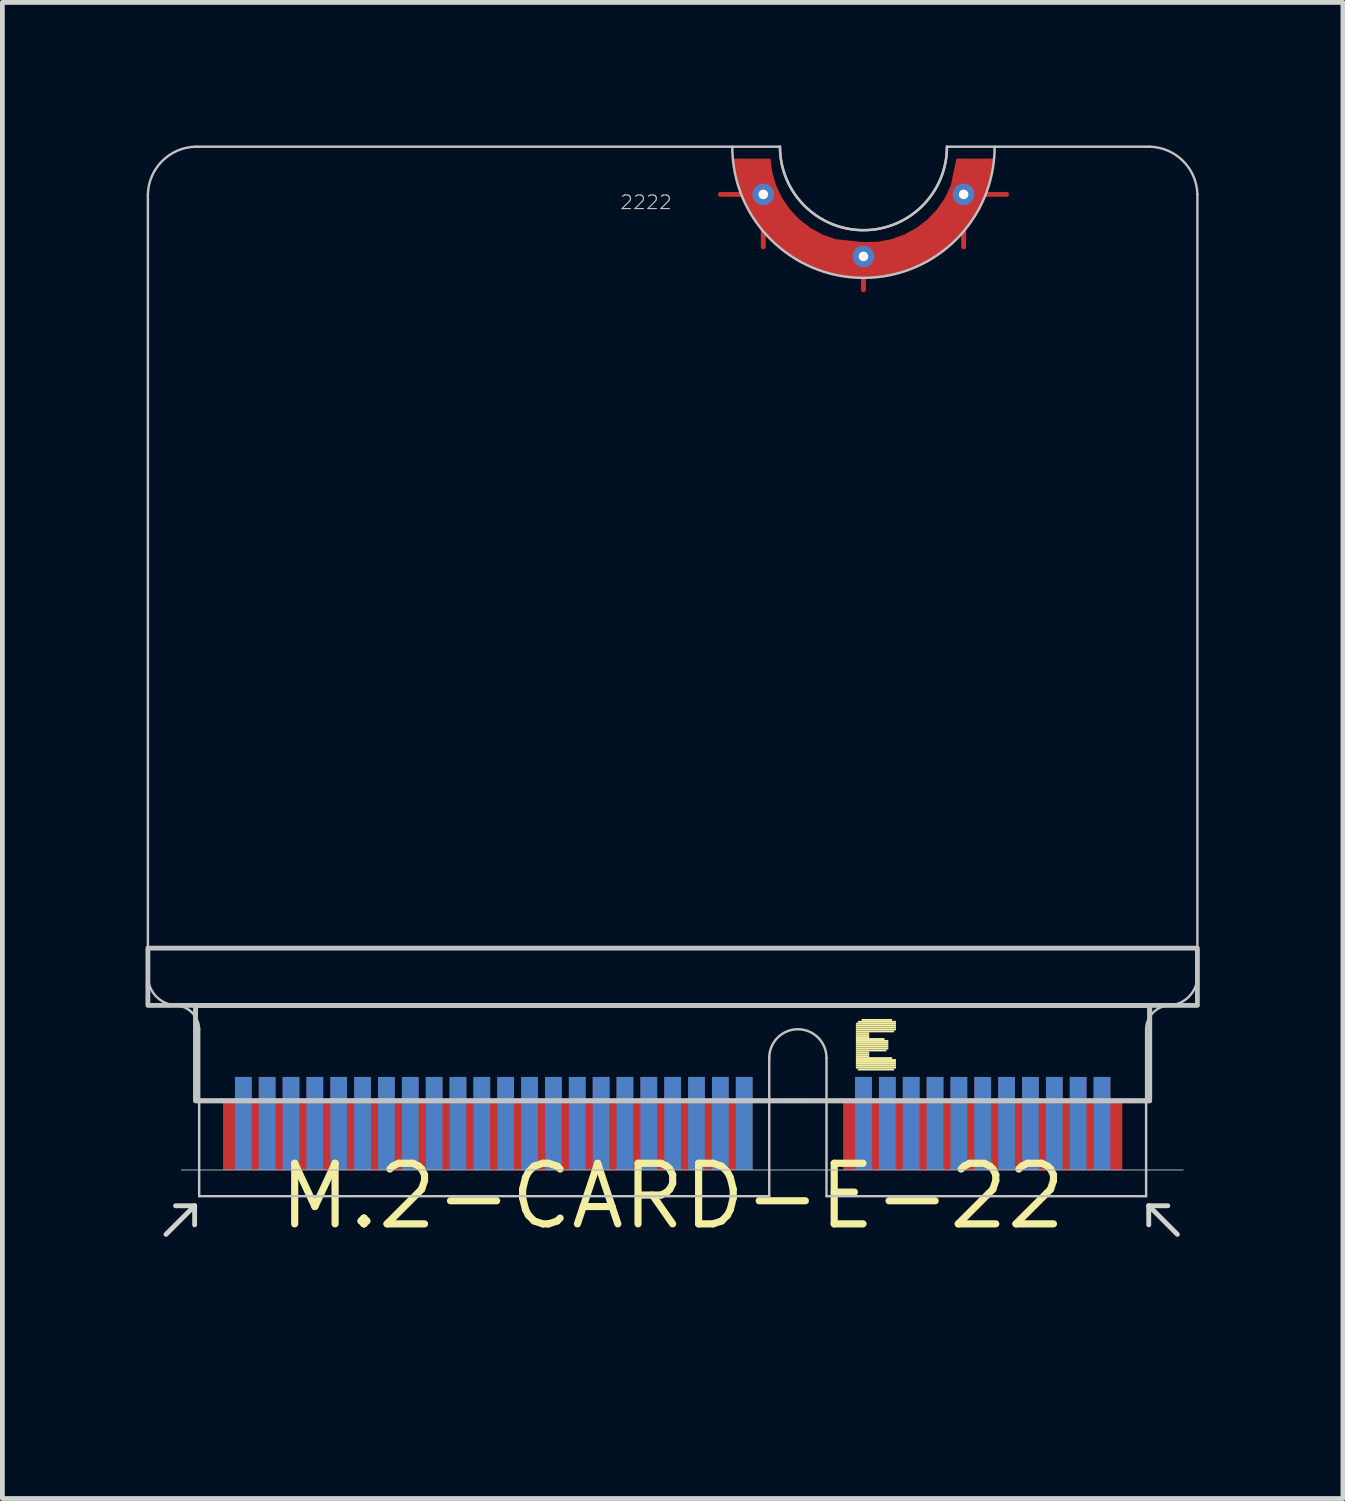
<source format=kicad_pcb>
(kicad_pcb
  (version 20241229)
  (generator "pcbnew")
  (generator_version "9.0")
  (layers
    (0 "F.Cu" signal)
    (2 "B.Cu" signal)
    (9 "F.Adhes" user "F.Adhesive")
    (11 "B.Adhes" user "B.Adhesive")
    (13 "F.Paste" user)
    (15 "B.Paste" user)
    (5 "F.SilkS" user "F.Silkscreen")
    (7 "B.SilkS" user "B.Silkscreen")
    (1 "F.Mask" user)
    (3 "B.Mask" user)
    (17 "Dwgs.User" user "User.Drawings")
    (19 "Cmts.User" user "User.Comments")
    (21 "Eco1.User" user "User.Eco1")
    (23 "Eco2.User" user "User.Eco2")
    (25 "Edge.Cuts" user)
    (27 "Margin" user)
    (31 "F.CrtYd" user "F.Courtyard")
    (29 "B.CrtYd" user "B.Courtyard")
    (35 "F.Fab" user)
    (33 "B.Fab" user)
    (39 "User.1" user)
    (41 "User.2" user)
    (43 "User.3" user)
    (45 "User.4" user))
  (footprint "M.2-CARD-E-22"
    (layer "F.Cu")
    (at 11.05 22.025)
    (property "Reference" "M.2-CARD-E-22" (at 0 0 0) (layer "F.SilkS") (effects (font (size 1.27 1.27) (thickness 0.15))))
    (attr through_hole)
    (fp_line (start 1.9 -21) (end 1 -21) (stroke (width 0.102) (type solid)) (layer "F.Cu"))
    (fp_line (start 1.9 -21) (end 1.9 -19.9) (stroke (width 0.102) (type solid)) (layer "F.Cu"))
    (fp_line (start 4 -19.7) (end 4 -19) (stroke (width 0.102) (type solid)) (layer "F.Cu"))
    (fp_line (start 6.1 -21) (end 6.1 -19.9) (stroke (width 0.102) (type solid)) (layer "F.Cu"))
    (fp_line (start 6.1 -21) (end 7 -21) (stroke (width 0.102) (type solid)) (layer "F.Cu"))
    (fp_poly (pts (xy 1.25 -21.75) (xy 2.05 -21.75) (xy 2.088 -21.462) (xy 2.171 -21.183) (xy 2.297 -20.921) (xy 2.462 -20.682) (xy 2.663 -20.471) (xy 2.893 -20.295) (xy 3.149 -20.156) (xy 3.423 -20.06) (xy 4 -20) (xy 4.291 -20.007) (xy 4.577 -20.06) (xy 4.851 -20.156) (xy 5.107 -20.295) (xy 5.337 -20.471) (xy 5.538 -20.682) (xy 5.703 -20.921) (xy 5.829 -21.183) (xy 5.95 -21.75) (xy 6.75 -21.75) (xy 6.687 -21.386) (xy 6.576 -21.034) (xy 6.42 -20.699) (xy 6.222 -20.388) (xy 5.983 -20.105) (xy 5.71 -19.857) (xy 5.406 -19.647) (xy 5.078 -19.478) (xy 4.73 -19.355) (xy 4.368 -19.278) (xy 4 -19.25) (xy 3.631 -19.276) (xy 3.268 -19.35) (xy 2.919 -19.473) (xy 2.589 -19.64) (xy 2.285 -19.85) (xy 2.011 -20.099) (xy 1.773 -20.383) (xy 1.574 -20.695) (xy 1.419 -21.031)) (stroke (width 0) (type solid)) (fill yes) (layer "F.Cu"))
    (fp_poly (pts (xy 1.25 -22) (xy 2.25 -22) (xy 2.277 -21.696) (xy 2.356 -21.401) (xy 2.484 -21.125) (xy 2.659 -20.875) (xy 2.875 -20.659) (xy 3.125 -20.484) (xy 3.401 -20.356) (xy 3.696 -20.277) (xy 4 -20.25) (xy 4.304 -20.277) (xy 4.599 -20.356) (xy 4.875 -20.484) (xy 5.125 -20.659) (xy 5.341 -20.875) (xy 5.516 -21.125) (xy 5.644 -21.401) (xy 5.75 -22) (xy 6.75 -22) (xy 6.726 -21.641) (xy 6.656 -21.288) (xy 6.541 -20.948) (xy 6.382 -20.625) (xy 6.182 -20.326) (xy 5.945 -20.055) (xy 5.674 -19.818) (xy 5.375 -19.618) (xy 5.052 -19.459) (xy 4.712 -19.344) (xy 4 -19.25) (xy 3.641 -19.274) (xy 3.288 -19.344) (xy 2.948 -19.459) (xy 2.625 -19.618) (xy 2.326 -19.818) (xy 2.055 -20.055) (xy 1.818 -20.326) (xy 1.618 -20.625) (xy 1.459 -20.948) (xy 1.344 -21.288) (xy 1.274 -21.641)) (stroke (width 0) (type solid)) (fill yes) (layer "F.Mask"))
    (fp_poly (pts (xy 6.75 -22) (xy 5.75 -22) (xy 5.723 -21.696) (xy 5.644 -21.401) (xy 5.516 -21.125) (xy 5.341 -20.875) (xy 5.125 -20.659) (xy 4.875 -20.484) (xy 4.599 -20.356) (xy 4.304 -20.277) (xy 4 -20.25) (xy 3.696 -20.277) (xy 3.401 -20.356) (xy 3.125 -20.484) (xy 2.875 -20.659) (xy 2.659 -20.875) (xy 2.484 -21.125) (xy 2.356 -21.401) (xy 2.277 -21.696) (xy 2.25 -22) (xy 1.25 -22) (xy 1.274 -21.641) (xy 1.344 -21.288) (xy 1.459 -20.948) (xy 1.618 -20.625) (xy 1.818 -20.326) (xy 2.055 -20.055) (xy 2.326 -19.818) (xy 2.625 -19.618) (xy 2.948 -19.459) (xy 3.288 -19.344) (xy 3.641 -19.274) (xy 4 -19.25) (xy 4.359 -19.274) (xy 4.712 -19.344) (xy 5.052 -19.459) (xy 5.375 -19.618) (xy 5.674 -19.818) (xy 5.945 -20.055) (xy 6.182 -20.326) (xy 6.382 -20.625) (xy 6.541 -20.948) (xy 6.656 -21.288)) (stroke (width 0) (type solid)) (fill yes) (layer "B.Mask"))
    (fp_line (start 1.9 -21) (end 1 -21) (stroke (width 0.102) (type solid)) (layer "In1.Cu"))
    (fp_line (start 1.9 -21) (end 1.9 -19.9) (stroke (width 0.102) (type solid)) (layer "In1.Cu"))
    (fp_line (start 4 -19.7) (end 4 -19) (stroke (width 0.102) (type solid)) (layer "In1.Cu"))
    (fp_line (start 6.1 -21) (end 6.1 -19.9) (stroke (width 0.102) (type solid)) (layer "In1.Cu"))
    (fp_line (start 6.1 -21) (end 7 -21) (stroke (width 0.102) (type solid)) (layer "In1.Cu"))
    (fp_poly (pts (xy 6.75 -21.75) (xy 5.95 -21.75) (xy 5.912 -21.462) (xy 5.829 -21.183) (xy 5.703 -20.921) (xy 5.538 -20.682) (xy 5.337 -20.471) (xy 5.107 -20.295) (xy 4.851 -20.156) (xy 4.577 -20.06) (xy 4 -20) (xy 3.709 -20.007) (xy 3.423 -20.06) (xy 3.149 -20.156) (xy 2.893 -20.295) (xy 2.663 -20.471) (xy 2.462 -20.682) (xy 2.297 -20.921) (xy 2.171 -21.183) (xy 2.05 -21.75) (xy 1.25 -21.75) (xy 1.25 -21.75) (xy 1.313 -21.386) (xy 1.424 -21.034) (xy 1.58 -20.699) (xy 1.778 -20.388) (xy 2.017 -20.105) (xy 2.29 -19.857) (xy 2.594 -19.647) (xy 2.922 -19.478) (xy 3.27 -19.355) (xy 4 -19.25) (xy 4 -19.25) (xy 4.369 -19.276) (xy 4.732 -19.35) (xy 5.081 -19.473) (xy 5.411 -19.64) (xy 5.715 -19.85) (xy 5.989 -20.099) (xy 6.227 -20.383) (xy 6.426 -20.695) (xy 6.581 -21.031)) (stroke (width 0) (type solid)) (fill yes) (layer "In1.Cu"))
    (fp_poly (pts (xy 3.841 -3.595) (xy 4.681 -3.595) (xy 4.681 -3.635) (xy 3.841 -3.635)) (stroke (width 0) (type solid)) (fill yes) (layer "F.SilkS"))
    (fp_poly (pts (xy 3.841 -3.555) (xy 4.681 -3.555) (xy 4.681 -3.595) (xy 3.841 -3.595)) (stroke (width 0) (type solid)) (fill yes) (layer "F.SilkS"))
    (fp_poly (pts (xy 3.841 -3.515) (xy 4.681 -3.515) (xy 4.681 -3.555) (xy 3.841 -3.555)) (stroke (width 0) (type solid)) (fill yes) (layer "F.SilkS"))
    (fp_poly (pts (xy 3.841 -3.475) (xy 4.681 -3.475) (xy 4.681 -3.515) (xy 3.841 -3.515)) (stroke (width 0) (type solid)) (fill yes) (layer "F.SilkS"))
    (fp_poly (pts (xy 3.841 -3.435) (xy 4.641 -3.435) (xy 4.641 -3.475) (xy 3.841 -3.475)) (stroke (width 0) (type solid)) (fill yes) (layer "F.SilkS"))
    (fp_poly (pts (xy 3.841 -3.395) (xy 4.121 -3.395) (xy 4.121 -3.435) (xy 3.841 -3.435)) (stroke (width 0) (type solid)) (fill yes) (layer "F.SilkS"))
    (fp_poly (pts (xy 3.841 -3.355) (xy 4.121 -3.355) (xy 4.121 -3.395) (xy 3.841 -3.395)) (stroke (width 0) (type solid)) (fill yes) (layer "F.SilkS"))
    (fp_poly (pts (xy 3.841 -3.315) (xy 4.121 -3.315) (xy 4.121 -3.355) (xy 3.841 -3.355)) (stroke (width 0) (type solid)) (fill yes) (layer "F.SilkS"))
    (fp_poly (pts (xy 3.841 -3.275) (xy 4.441 -3.275) (xy 4.441 -3.315) (xy 3.841 -3.315)) (stroke (width 0) (type solid)) (fill yes) (layer "F.SilkS"))
    (fp_poly (pts (xy 3.841 -3.235) (xy 4.521 -3.235) (xy 4.521 -3.275) (xy 3.841 -3.275)) (stroke (width 0) (type solid)) (fill yes) (layer "F.SilkS"))
    (fp_poly (pts (xy 3.841 -3.195) (xy 4.521 -3.195) (xy 4.521 -3.235) (xy 3.841 -3.235)) (stroke (width 0) (type solid)) (fill yes) (layer "F.SilkS"))
    (fp_poly (pts (xy 3.841 -3.155) (xy 4.521 -3.155) (xy 4.521 -3.195) (xy 3.841 -3.195)) (stroke (width 0) (type solid)) (fill yes) (layer "F.SilkS"))
    (fp_poly (pts (xy 3.841 -3.115) (xy 4.521 -3.115) (xy 4.521 -3.155) (xy 3.841 -3.155)) (stroke (width 0) (type solid)) (fill yes) (layer "F.SilkS"))
    (fp_poly (pts (xy 3.841 -3.075) (xy 4.521 -3.075) (xy 4.521 -3.115) (xy 3.841 -3.115)) (stroke (width 0) (type solid)) (fill yes) (layer "F.SilkS"))
    (fp_poly (pts (xy 3.841 -3.035) (xy 4.481 -3.035) (xy 4.481 -3.075) (xy 3.841 -3.075)) (stroke (width 0) (type solid)) (fill yes) (layer "F.SilkS"))
    (fp_poly (pts (xy 3.841 -2.995) (xy 4.121 -2.995) (xy 4.121 -3.035) (xy 3.841 -3.035)) (stroke (width 0) (type solid)) (fill yes) (layer "F.SilkS"))
    (fp_poly (pts (xy 3.841 -2.955) (xy 4.121 -2.955) (xy 4.121 -2.995) (xy 3.841 -2.995)) (stroke (width 0) (type solid)) (fill yes) (layer "F.SilkS"))
    (fp_poly (pts (xy 3.841 -2.915) (xy 4.121 -2.915) (xy 4.121 -2.955) (xy 3.841 -2.955)) (stroke (width 0) (type solid)) (fill yes) (layer "F.SilkS"))
    (fp_poly (pts (xy 3.841 -2.875) (xy 4.601 -2.875) (xy 4.601 -2.915) (xy 3.841 -2.915)) (stroke (width 0) (type solid)) (fill yes) (layer "F.SilkS"))
    (fp_poly (pts (xy 3.841 -2.835) (xy 4.681 -2.835) (xy 4.681 -2.875) (xy 3.841 -2.875)) (stroke (width 0) (type solid)) (fill yes) (layer "F.SilkS"))
    (fp_poly (pts (xy 3.841 -2.795) (xy 4.681 -2.795) (xy 4.681 -2.835) (xy 3.841 -2.835)) (stroke (width 0) (type solid)) (fill yes) (layer "F.SilkS"))
    (fp_poly (pts (xy 3.841 -2.755) (xy 4.681 -2.755) (xy 4.681 -2.795) (xy 3.841 -2.795)) (stroke (width 0) (type solid)) (fill yes) (layer "F.SilkS"))
    (fp_poly (pts (xy 3.841 -2.715) (xy 4.681 -2.715) (xy 4.681 -2.755) (xy 3.841 -2.755)) (stroke (width 0) (type solid)) (fill yes) (layer "F.SilkS"))
    (fp_poly (pts (xy 3.841 -2.675) (xy 4.681 -2.675) (xy 4.681 -2.715) (xy 3.841 -2.715)) (stroke (width 0) (type solid)) (fill yes) (layer "F.SilkS"))
    (fp_poly (pts (xy 3.881 -3.635) (xy 4.681 -3.635) (xy 4.681 -3.675) (xy 3.881 -3.675)) (stroke (width 0) (type solid)) (fill yes) (layer "F.SilkS"))
    (fp_poly (pts (xy 3.881 -2.635) (xy 4.641 -2.635) (xy 4.641 -2.675) (xy 3.881 -2.675)) (stroke (width 0) (type solid)) (fill yes) (layer "F.SilkS"))
    (fp_poly (pts (xy 3.961 -3.675) (xy 4.601 -3.675) (xy 4.601 -3.715) (xy 3.961 -3.715)) (stroke (width 0) (type solid)) (fill yes) (layer "F.SilkS"))
    (fp_line (start -11 -21) (end -11 -4.6) (stroke (width 0.051) (type solid)) (layer "Dwgs.User"))
    (fp_line (start -9.925 0) (end -9.925 -3.5) (stroke (width 0.051) (type solid)) (layer "Dwgs.User"))
    (fp_line (start 2.025 -2.9) (end 2.025 0) (stroke (width 0.051) (type solid)) (layer "Dwgs.User"))
    (fp_line (start 2.025 0) (end -9.925 0) (stroke (width 0.051) (type solid)) (layer "Dwgs.User"))
    (fp_line (start 2.25 -22) (end -10 -22) (stroke (width 0.051) (type solid)) (layer "Dwgs.User"))
    (fp_line (start 3.225 -2.9) (end 3.225 0) (stroke (width 0.051) (type solid)) (layer "Dwgs.User"))
    (fp_line (start 9.925 -3.5) (end 9.925 0) (stroke (width 0.051) (type solid)) (layer "Dwgs.User"))
    (fp_line (start 9.925 0) (end 3.225 0) (stroke (width 0.051) (type solid)) (layer "Dwgs.User"))
    (fp_line (start 10 -22) (end 5.75 -22) (stroke (width 0.051) (type solid)) (layer "Dwgs.User"))
    (fp_line (start 11 -21) (end 11 -4.6) (stroke (width 0.05) (type solid)) (layer "Dwgs.User"))
    (fp_arc (start -11 -21) (mid -10.7 -21.7) (end -10 -22) (stroke (width 0.05) (type solid)) (layer "Dwgs.User"))
    (fp_arc (start -10.400001 -3.999999) (mid -10.819362 -4.180638) (end -11 -4.6) (stroke (width 0.05) (type solid)) (layer "Dwgs.User"))
    (fp_arc (start -10.4 -4) (mid -10.066759 -3.840954) (end -9.925 -3.5) (stroke (width 0.0508) (type solid)) (layer "Dwgs.User"))
    (fp_arc (start 2.025 -2.9) (mid 2.625 -3.5) (end 3.225 -2.9) (stroke (width 0.0508) (type solid)) (layer "Dwgs.User"))
    (fp_arc (start 5.75 -22) (mid 4 -20.25) (end 2.25 -22) (stroke (width 0.0508) (type solid)) (layer "Dwgs.User"))
    (fp_arc (start 5.75 -22) (mid 4 -20.25) (end 2.25 -22) (stroke (width 0.0508) (type solid)) (layer "Dwgs.User"))
    (fp_arc (start 6.75 -22) (mid 4 -19.25) (end 1.25 -22) (stroke (width 0.0508) (type solid)) (layer "Dwgs.User"))
    (fp_arc (start 9.925 -3.5) (mid 10.065344 -3.842298) (end 10.4 -4) (stroke (width 0.0508) (type solid)) (layer "Dwgs.User"))
    (fp_arc (start 10 -22) (mid 10.7 -21.7) (end 11 -21) (stroke (width 0.05) (type solid)) (layer "Dwgs.User"))
    (fp_arc (start 10.999999 -4.599999) (mid 10.819361 -4.180638) (end 10.4 -4) (stroke (width 0.05) (type solid)) (layer "Dwgs.User"))
    (fp_poly (pts (xy 10 -4) (xy -10 -4) (xy -10 -2) (xy 10 -2)) (stroke (width 0.1) (type solid)) (fill no) (layer "Dwgs.User"))
    (fp_poly (pts (xy 10 -4) (xy -10 -4) (xy -10 -2) (xy 10 -2)) (stroke (width 0.1) (type solid)) (fill no) (layer "Dwgs.User"))
    (fp_poly (pts (xy 11 -5.2) (xy -11 -5.2) (xy -11 -4) (xy 11 -4)) (stroke (width 0.1) (type solid)) (fill no) (layer "Dwgs.User"))
    (fp_line (start -10.62 0.8) (end -10.02 0.2) (stroke (width 0.102) (type solid)) (layer "Edge.Cuts"))
    (fp_line (start -10.02 0.2) (end -10.42 0.2) (stroke (width 0.102) (type solid)) (layer "Edge.Cuts"))
    (fp_line (start -10.02 0.2) (end -10.02 0.6) (stroke (width 0.102) (type solid)) (layer "Edge.Cuts"))
    (fp_line (start 9.98 0.2) (end 9.98 0.6) (stroke (width 0.102) (type solid)) (layer "Edge.Cuts"))
    (fp_line (start 9.98 0.2) (end 10.38 0.2) (stroke (width 0.102) (type solid)) (layer "Edge.Cuts"))
    (fp_line (start 10.58 0.8) (end 9.98 0.2) (stroke (width 0.102) (type solid)) (layer "Edge.Cuts"))
    (fp_line (start -10.3 -0.55) (end 10.7 -0.55) (stroke (width 0.02) (type solid)) (layer "F.Fab"))
    (fp_text user "2222" (at 0 -21 0) (layer "Dwgs.User") (effects (font (size 0.285 0.285) (thickness 0.024)) (justify right top)))
    (fp_text user "Chamfered Edge" (at -0.02 1 0) (layer "Edge.Cuts") (effects (font (size 0.724 0.724) (thickness 0.114)) (justify right top)))
    (fp_text user "0.8mm PCB" (at -0.02 2.27 0) (layer "Edge.Cuts") (effects (font (size 0.724 0.724) (thickness 0.114)) (justify right top)))
    (fp_text user "Route\nOut" (at 4 -21.3 0) (layer "Edge.Cuts") (effects (font (size 0.285 0.285) (thickness 0.024))))
    (pad "1" smd rect (at 9.25 -1.275 180) (size 0.35 1.45) (layers "F.Cu" "F.Mask"))
    (pad "2" smd rect (at 9 -1.525) (size 0.35 1.95) (layers "*.Cu" "*.Mask"))
    (pad "3" smd rect (at 8.75 -1.275 180) (size 0.35 1.45) (layers "F.Cu" "F.Mask"))
    (pad "4" smd rect (at 8.5 -1.525) (size 0.35 1.95) (layers "*.Cu" "*.Mask"))
    (pad "5" smd rect (at 8.25 -1.275 180) (size 0.35 1.45) (layers "F.Cu" "F.Mask"))
    (pad "6" smd rect (at 8 -1.525) (size 0.35 1.95) (layers "*.Cu" "*.Mask"))
    (pad "7" smd rect (at 7.75 -1.275 180) (size 0.35 1.45) (layers "F.Cu" "F.Mask"))
    (pad "8" smd rect (at 7.5 -1.525) (size 0.35 1.95) (layers "*.Cu" "*.Mask"))
    (pad "9" smd rect (at 7.25 -1.275 180) (size 0.35 1.45) (layers "F.Cu" "F.Mask"))
    (pad "10" smd rect (at 7 -1.525) (size 0.35 1.95) (layers "*.Cu" "*.Mask"))
    (pad "11" smd rect (at 6.75 -1.275 180) (size 0.35 1.45) (layers "F.Cu" "F.Mask"))
    (pad "12" smd rect (at 6.5 -1.525) (size 0.35 1.95) (layers "*.Cu" "*.Mask"))
    (pad "13" smd rect (at 6.25 -1.275 180) (size 0.35 1.45) (layers "F.Cu" "F.Mask"))
    (pad "14" smd rect (at 6 -1.525) (size 0.35 1.95) (layers "*.Cu" "*.Mask"))
    (pad "15" smd rect (at 5.75 -1.275 180) (size 0.35 1.45) (layers "F.Cu" "F.Mask"))
    (pad "16" smd rect (at 5.5 -1.525) (size 0.35 1.95) (layers "*.Cu" "*.Mask"))
    (pad "17" smd rect (at 5.25 -1.275 180) (size 0.35 1.45) (layers "F.Cu" "F.Mask"))
    (pad "18" smd rect (at 5 -1.525) (size 0.35 1.95) (layers "*.Cu" "*.Mask"))
    (pad "19" smd rect (at 4.75 -1.275 180) (size 0.35 1.45) (layers "F.Cu" "F.Mask"))
    (pad "20" smd rect (at 4.5 -1.525) (size 0.35 1.95) (layers "*.Cu" "*.Mask"))
    (pad "21" smd rect (at 4.25 -1.275 180) (size 0.35 1.45) (layers "F.Cu" "F.Mask"))
    (pad "22" smd rect (at 4 -1.525) (size 0.35 1.95) (layers "*.Cu" "*.Mask"))
    (pad "23" smd rect (at 3.75 -1.275 180) (size 0.35 1.45) (layers "F.Cu" "F.Mask"))
    (pad "32" smd rect (at 1.5 -1.525) (size 0.35 1.95) (layers "*.Cu" "*.Mask"))
    (pad "33" smd rect (at 1.25 -1.275 180) (size 0.35 1.45) (layers "F.Cu" "F.Mask"))
    (pad "34" smd rect (at 1 -1.525) (size 0.35 1.95) (layers "*.Cu" "*.Mask"))
    (pad "35" smd rect (at 0.75 -1.275 180) (size 0.35 1.45) (layers "F.Cu" "F.Mask"))
    (pad "36" smd rect (at 0.5 -1.525) (size 0.35 1.95) (layers "*.Cu" "*.Mask"))
    (pad "37" smd rect (at 0.25 -1.275 180) (size 0.35 1.45) (layers "F.Cu" "F.Mask"))
    (pad "38" smd rect (at 0 -1.525) (size 0.35 1.95) (layers "*.Cu" "*.Mask"))
    (pad "39" smd rect (at -0.25 -1.275 180) (size 0.35 1.45) (layers "F.Cu" "F.Mask"))
    (pad "40" smd rect (at -0.5 -1.525) (size 0.35 1.95) (layers "*.Cu" "*.Mask"))
    (pad "41" smd rect (at -0.75 -1.275 180) (size 0.35 1.45) (layers "F.Cu" "F.Mask"))
    (pad "42" smd rect (at -1 -1.525) (size 0.35 1.95) (layers "*.Cu" "*.Mask"))
    (pad "43" smd rect (at -1.25 -1.275 180) (size 0.35 1.45) (layers "F.Cu" "F.Mask"))
    (pad "44" smd rect (at -1.5 -1.525) (size 0.35 1.95) (layers "*.Cu" "*.Mask"))
    (pad "45" smd rect (at -1.75 -1.275 180) (size 0.35 1.45) (layers "F.Cu" "F.Mask"))
    (pad "46" smd rect (at -2 -1.525) (size 0.35 1.95) (layers "*.Cu" "*.Mask"))
    (pad "47" smd rect (at -2.25 -1.275 180) (size 0.35 1.45) (layers "F.Cu" "F.Mask"))
    (pad "48" smd rect (at -2.5 -1.525) (size 0.35 1.95) (layers "*.Cu" "*.Mask"))
    (pad "49" smd rect (at -2.75 -1.275 180) (size 0.35 1.45) (layers "F.Cu" "F.Mask"))
    (pad "50" smd rect (at -3 -1.525) (size 0.35 1.95) (layers "*.Cu" "*.Mask"))
    (pad "51" smd rect (at -3.25 -1.275 180) (size 0.35 1.45) (layers "F.Cu" "F.Mask"))
    (pad "52" smd rect (at -3.5 -1.525) (size 0.35 1.95) (layers "*.Cu" "*.Mask"))
    (pad "53" smd rect (at -3.75 -1.275 180) (size 0.35 1.45) (layers "F.Cu" "F.Mask"))
    (pad "54" smd rect (at -4 -1.525) (size 0.35 1.95) (layers "*.Cu" "*.Mask"))
    (pad "55" smd rect (at -4.25 -1.275 180) (size 0.35 1.45) (layers "F.Cu" "F.Mask"))
    (pad "56" smd rect (at -4.5 -1.525) (size 0.35 1.95) (layers "*.Cu" "*.Mask"))
    (pad "57" smd rect (at -4.75 -1.275 180) (size 0.35 1.45) (layers "F.Cu" "F.Mask"))
    (pad "58" smd rect (at -5 -1.525) (size 0.35 1.95) (layers "*.Cu" "*.Mask"))
    (pad "59" smd rect (at -5.25 -1.275 180) (size 0.35 1.45) (layers "F.Cu" "F.Mask"))
    (pad "60" smd rect (at -5.5 -1.525) (size 0.35 1.95) (layers "*.Cu" "*.Mask"))
    (pad "61" smd rect (at -5.75 -1.275 180) (size 0.35 1.45) (layers "F.Cu" "F.Mask"))
    (pad "62" smd rect (at -6 -1.525) (size 0.35 1.95) (layers "*.Cu" "*.Mask"))
    (pad "63" smd rect (at -6.25 -1.275 180) (size 0.35 1.45) (layers "F.Cu" "F.Mask"))
    (pad "64" smd rect (at -6.5 -1.525) (size 0.35 1.95) (layers "*.Cu" "*.Mask"))
    (pad "65" smd rect (at -6.75 -1.275 180) (size 0.35 1.45) (layers "F.Cu" "F.Mask"))
    (pad "66" smd rect (at -7 -1.525) (size 0.35 1.95) (layers "*.Cu" "*.Mask"))
    (pad "67" smd rect (at -7.25 -1.275 180) (size 0.35 1.45) (layers "F.Cu" "F.Mask"))
    (pad "68" smd rect (at -7.5 -1.525) (size 0.35 1.95) (layers "*.Cu" "*.Mask"))
    (pad "69" smd rect (at -7.75 -1.275 180) (size 0.35 1.45) (layers "F.Cu" "F.Mask"))
    (pad "70" smd rect (at -8 -1.525) (size 0.35 1.95) (layers "*.Cu" "*.Mask"))
    (pad "71" smd rect (at -8.25 -1.275 180) (size 0.35 1.45) (layers "F.Cu" "F.Mask"))
    (pad "72" smd rect (at -8.5 -1.525) (size 0.35 1.95) (layers "*.Cu" "*.Mask"))
    (pad "73" smd rect (at -8.75 -1.275 180) (size 0.35 1.45) (layers "F.Cu" "F.Mask"))
    (pad "74" smd rect (at -9 -1.525) (size 0.35 1.95) (layers "*.Cu" "*.Mask"))
    (pad "75" smd rect (at -9.25 -1.275 180) (size 0.35 1.45) (layers "F.Cu" "F.Mask"))
    (pad "GND1" thru_hole circle (at 1.9 -21) (size 0.454 0.454) (drill 0.2) (layers "*.Cu" "*.Mask"))
    (pad "GND2" thru_hole circle (at 4 -19.7) (size 0.454 0.454) (drill 0.2) (layers "*.Cu" "*.Mask"))
    (pad "GND3" thru_hole circle (at 6.1 -21) (size 0.454 0.454) (drill 0.2) (layers "*.Cu" "*.Mask")))
  (gr_rect
    (start -3 -3)
    (end 25.1 28.362)
    (stroke (width 0.1) (type default))
    (fill no)
    (layer "Edge.Cuts")))
</source>
